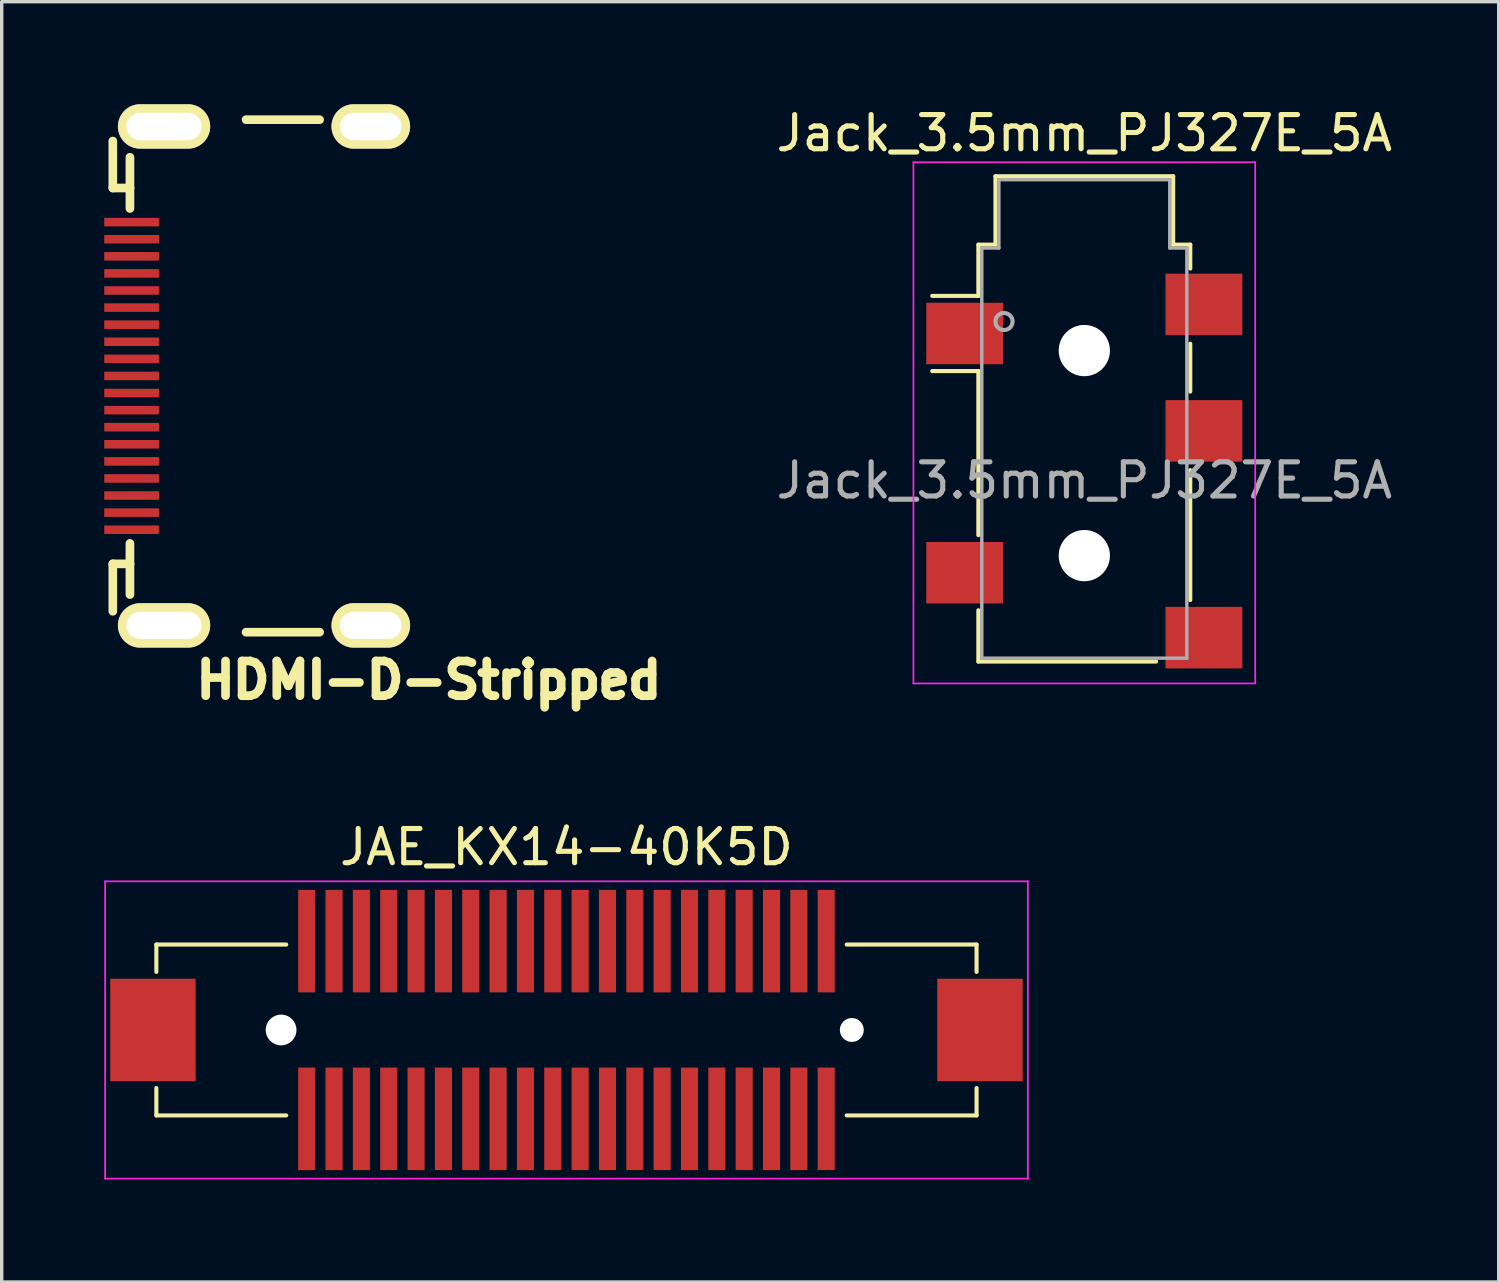
<source format=kicad_pcb>
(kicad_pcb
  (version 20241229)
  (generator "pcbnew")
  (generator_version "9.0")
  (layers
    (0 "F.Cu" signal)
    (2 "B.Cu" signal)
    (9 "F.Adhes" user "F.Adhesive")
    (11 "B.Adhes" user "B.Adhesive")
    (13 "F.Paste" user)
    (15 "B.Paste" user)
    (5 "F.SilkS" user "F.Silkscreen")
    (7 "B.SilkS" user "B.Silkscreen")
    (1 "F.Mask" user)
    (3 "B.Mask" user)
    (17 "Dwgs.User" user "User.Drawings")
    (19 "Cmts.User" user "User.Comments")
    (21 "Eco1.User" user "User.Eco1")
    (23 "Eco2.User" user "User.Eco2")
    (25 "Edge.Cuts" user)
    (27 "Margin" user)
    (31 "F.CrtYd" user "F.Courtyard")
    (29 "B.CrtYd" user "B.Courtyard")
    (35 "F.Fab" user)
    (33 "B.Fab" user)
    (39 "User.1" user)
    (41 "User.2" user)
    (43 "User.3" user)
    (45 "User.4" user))
  (footprint "JAE_KX14-40K5D"
    (layer "F.Cu")
    (at 13.525 27.088)
    (property "Reference" "JAE_KX14-40K5D" (at 0 -5.35 0) (layer "F.SilkS") (effects (font (size 1 1) (thickness 0.15))))
    (attr through_hole)
    (fp_line (start -12 -2.5) (end -12 -1.7) (stroke (width 0.12) (type solid)) (layer "F.SilkS"))
    (fp_line (start -12 1.7) (end -12 2.5) (stroke (width 0.12) (type solid)) (layer "F.SilkS"))
    (fp_line (start -12 2.5) (end -8.2 2.5) (stroke (width 0.12) (type solid)) (layer "F.SilkS"))
    (fp_line (start -8.2 -2.5) (end -12 -2.5) (stroke (width 0.12) (type solid)) (layer "F.SilkS"))
    (fp_line (start 8.2 -2.5) (end 12 -2.5) (stroke (width 0.12) (type solid)) (layer "F.SilkS"))
    (fp_line (start 12 -2.5) (end 12 -1.7) (stroke (width 0.12) (type solid)) (layer "F.SilkS"))
    (fp_line (start 12 1.7) (end 12 2.5) (stroke (width 0.12) (type solid)) (layer "F.SilkS"))
    (fp_line (start 12 2.5) (end 8.2 2.5) (stroke (width 0.12) (type solid)) (layer "F.SilkS"))
    (fp_line (start -13.5 -4.35) (end 13.5 -4.35) (stroke (width 0.05) (type solid)) (layer "F.CrtYd"))
    (fp_line (start -13.5 4.35) (end -13.5 -4.35) (stroke (width 0.05) (type solid)) (layer "F.CrtYd"))
    (fp_line (start 13.5 -4.35) (end 13.5 4.35) (stroke (width 0.05) (type solid)) (layer "F.CrtYd"))
    (fp_line (start 13.5 4.35) (end -13.5 4.35) (stroke (width 0.05) (type solid)) (layer "F.CrtYd"))
    (pad "" np_thru_hole circle (at -8.35 0) (size 0.9 0.9) (drill 0.9) (layers "*.Cu" "*.Mask"))
    (pad "" np_thru_hole circle (at 8.35 0) (size 0.7 0.7) (drill 0.7) (layers "*.Cu" "*.Mask"))
    (pad "1" smd rect (at -7.6 -2.6) (size 0.5 3) (layers "F.Cu" "F.Mask" "F.Paste"))
    (pad "2" smd rect (at -7.6 2.6) (size 0.5 3) (layers "F.Cu" "F.Mask" "F.Paste"))
    (pad "3" smd rect (at -6.8 -2.6) (size 0.5 3) (layers "F.Cu" "F.Mask" "F.Paste"))
    (pad "4" smd rect (at -6.8 2.6) (size 0.5 3) (layers "F.Cu" "F.Mask" "F.Paste"))
    (pad "5" smd rect (at -6 -2.6) (size 0.5 3) (layers "F.Cu" "F.Mask" "F.Paste"))
    (pad "6" smd rect (at -6 2.6) (size 0.5 3) (layers "F.Cu" "F.Mask" "F.Paste"))
    (pad "7" smd rect (at -5.2 -2.6) (size 0.5 3) (layers "F.Cu" "F.Mask" "F.Paste"))
    (pad "8" smd rect (at -5.2 2.6) (size 0.5 3) (layers "F.Cu" "F.Mask" "F.Paste"))
    (pad "9" smd rect (at -4.4 -2.6) (size 0.5 3) (layers "F.Cu" "F.Mask" "F.Paste"))
    (pad "10" smd rect (at -4.4 2.6) (size 0.5 3) (layers "F.Cu" "F.Mask" "F.Paste"))
    (pad "11" smd rect (at -3.6 -2.6) (size 0.5 3) (layers "F.Cu" "F.Mask" "F.Paste"))
    (pad "12" smd rect (at -3.6 2.6) (size 0.5 3) (layers "F.Cu" "F.Mask" "F.Paste"))
    (pad "13" smd rect (at -2.8 -2.6) (size 0.5 3) (layers "F.Cu" "F.Mask" "F.Paste"))
    (pad "14" smd rect (at -2.8 2.6) (size 0.5 3) (layers "F.Cu" "F.Mask" "F.Paste"))
    (pad "15" smd rect (at -2 -2.6) (size 0.5 3) (layers "F.Cu" "F.Mask" "F.Paste"))
    (pad "16" smd rect (at -2 2.6) (size 0.5 3) (layers "F.Cu" "F.Mask" "F.Paste"))
    (pad "17" smd rect (at -1.2 -2.6) (size 0.5 3) (layers "F.Cu" "F.Mask" "F.Paste"))
    (pad "18" smd rect (at -1.2 2.6) (size 0.5 3) (layers "F.Cu" "F.Mask" "F.Paste"))
    (pad "19" smd rect (at -0.4 -2.6) (size 0.5 3) (layers "F.Cu" "F.Mask" "F.Paste"))
    (pad "20" smd rect (at -0.4 2.6) (size 0.5 3) (layers "F.Cu" "F.Mask" "F.Paste"))
    (pad "21" smd rect (at 0.4 -2.6) (size 0.5 3) (layers "F.Cu" "F.Mask" "F.Paste"))
    (pad "22" smd rect (at 0.4 2.6) (size 0.5 3) (layers "F.Cu" "F.Mask" "F.Paste"))
    (pad "23" smd rect (at 1.2 -2.6) (size 0.5 3) (layers "F.Cu" "F.Mask" "F.Paste"))
    (pad "24" smd rect (at 1.2 2.6) (size 0.5 3) (layers "F.Cu" "F.Mask" "F.Paste"))
    (pad "25" smd rect (at 2 -2.6) (size 0.5 3) (layers "F.Cu" "F.Mask" "F.Paste"))
    (pad "26" smd rect (at 2 2.6) (size 0.5 3) (layers "F.Cu" "F.Mask" "F.Paste"))
    (pad "27" smd rect (at 2.8 -2.6) (size 0.5 3) (layers "F.Cu" "F.Mask" "F.Paste"))
    (pad "28" smd rect (at 2.8 2.6) (size 0.5 3) (layers "F.Cu" "F.Mask" "F.Paste"))
    (pad "29" smd rect (at 3.6 -2.6) (size 0.5 3) (layers "F.Cu" "F.Mask" "F.Paste"))
    (pad "30" smd rect (at 3.6 2.6) (size 0.5 3) (layers "F.Cu" "F.Mask" "F.Paste"))
    (pad "31" smd rect (at 4.4 -2.6) (size 0.5 3) (layers "F.Cu" "F.Mask" "F.Paste"))
    (pad "32" smd rect (at 4.4 2.6) (size 0.5 3) (layers "F.Cu" "F.Mask" "F.Paste"))
    (pad "33" smd rect (at 5.2 -2.6) (size 0.5 3) (layers "F.Cu" "F.Mask" "F.Paste"))
    (pad "34" smd rect (at 5.2 2.6) (size 0.5 3) (layers "F.Cu" "F.Mask" "F.Paste"))
    (pad "35" smd rect (at 6 -2.6) (size 0.5 3) (layers "F.Cu" "F.Mask" "F.Paste"))
    (pad "36" smd rect (at 6 2.6) (size 0.5 3) (layers "F.Cu" "F.Mask" "F.Paste"))
    (pad "37" smd rect (at 6.8 -2.6) (size 0.5 3) (layers "F.Cu" "F.Mask" "F.Paste"))
    (pad "38" smd rect (at 6.8 2.6) (size 0.5 3) (layers "F.Cu" "F.Mask" "F.Paste"))
    (pad "39" smd rect (at 7.6 -2.6) (size 0.5 3) (layers "F.Cu" "F.Mask" "F.Paste"))
    (pad "40" smd rect (at 7.6 2.6) (size 0.5 3) (layers "F.Cu" "F.Mask" "F.Paste"))
    (pad "MP" smd rect (at -12.1 0) (size 2.5 3) (layers "F.Cu" "F.Mask" "F.Paste"))
    (pad "MP" smd rect (at 12.1 0) (size 2.5 3) (layers "F.Cu" "F.Mask" "F.Paste")))
  (footprint "HDMI-D-Stripped"
    (layer "F.Cu")
    (at 6.35 7.95)
    (property "Reference" "HDMI-D-Stripped" (at 3.15 8.9 180) (layer "F.SilkS") (effects (font (size 1.016 1.016) (thickness 0.254))))
    (attr smd)
    (fp_line (start -6.099 -6.873) (end -6.099 -5.499) (stroke (width 0.254) (type solid)) (layer "F.SilkS"))
    (fp_line (start -6.099 -5.499) (end -5.598 -5.499) (stroke (width 0.254) (type solid)) (layer "F.SilkS"))
    (fp_line (start -6.099 5.499) (end -6.099 6.886) (stroke (width 0.254) (type solid)) (layer "F.SilkS"))
    (fp_line (start -5.598 -5.499) (end -5.598 -6.398) (stroke (width 0.254) (type solid)) (layer "F.SilkS"))
    (fp_line (start -5.598 -4.9) (end -5.598 -5.499) (stroke (width 0.254) (type solid)) (layer "F.SilkS"))
    (fp_line (start -5.598 5.499) (end -6.099 5.499) (stroke (width 0.254) (type solid)) (layer "F.SilkS"))
    (fp_line (start -5.598 5.499) (end -5.598 4.9) (stroke (width 0.254) (type solid)) (layer "F.SilkS"))
    (fp_line (start -5.598 6.398) (end -5.598 5.499) (stroke (width 0.254) (type solid)) (layer "F.SilkS"))
    (fp_line (start -2.2 -7.498) (end -0.048 -7.498) (stroke (width 0.254) (type solid)) (layer "F.SilkS"))
    (fp_line (start -0.048 7.498) (end -2.2 7.498) (stroke (width 0.254) (type solid)) (layer "F.SilkS"))
    (pad "0" thru_hole oval (at -4.6 -7.3 270) (size 1.3 2.7) (drill oval 0.8 2.2) (layers "*.Cu" "*.Mask" "F.SilkS"))
    (pad "0" thru_hole oval (at -4.6 7.3 270) (size 1.3 2.7) (drill oval 0.8 2.2) (layers "*.Cu" "*.Mask" "F.SilkS"))
    (pad "0" thru_hole oval (at 1.45 -7.3 270) (size 1.3 2.3) (drill oval 0.8 1.8) (layers "*.Cu" "*.Mask" "F.SilkS"))
    (pad "0" thru_hole oval (at 1.45 7.3 270) (size 1.3 2.3) (drill oval 0.8 1.8) (layers "*.Cu" "*.Mask" "F.SilkS"))
    (pad "1" smd rect (at -5.55 -4.5) (size 1.6 0.25) (layers "F.Cu" "F.Mask" "F.Paste"))
    (pad "2" smd rect (at -5.55 -4) (size 1.6 0.25) (layers "F.Cu" "F.Mask" "F.Paste"))
    (pad "3" smd rect (at -5.55 -3.5) (size 1.6 0.25) (layers "F.Cu" "F.Mask" "F.Paste"))
    (pad "4" smd rect (at -5.55 -3) (size 1.6 0.25) (layers "F.Cu" "F.Mask" "F.Paste"))
    (pad "5" smd rect (at -5.55 -2.5) (size 1.6 0.25) (layers "F.Cu" "F.Mask" "F.Paste"))
    (pad "6" smd rect (at -5.55 -2) (size 1.6 0.25) (layers "F.Cu" "F.Mask" "F.Paste"))
    (pad "7" smd rect (at -5.55 -1.5) (size 1.6 0.25) (layers "F.Cu" "F.Mask" "F.Paste"))
    (pad "8" smd rect (at -5.55 -1) (size 1.6 0.25) (layers "F.Cu" "F.Mask" "F.Paste"))
    (pad "9" smd rect (at -5.55 -0.5) (size 1.6 0.25) (layers "F.Cu" "F.Mask" "F.Paste"))
    (pad "10" smd rect (at -5.55 0) (size 1.6 0.25) (layers "F.Cu" "F.Mask" "F.Paste"))
    (pad "11" smd rect (at -5.55 0.5) (size 1.6 0.25) (layers "F.Cu" "F.Mask" "F.Paste"))
    (pad "12" smd rect (at -5.55 1) (size 1.6 0.25) (layers "F.Cu" "F.Mask" "F.Paste"))
    (pad "13" smd rect (at -5.55 1.5) (size 1.6 0.25) (layers "F.Cu" "F.Mask" "F.Paste"))
    (pad "14" smd rect (at -5.55 2) (size 1.6 0.25) (layers "F.Cu" "F.Mask" "F.Paste"))
    (pad "15" smd rect (at -5.55 2.5) (size 1.6 0.25) (layers "F.Cu" "F.Mask" "F.Paste"))
    (pad "16" smd rect (at -5.55 3) (size 1.6 0.25) (layers "F.Cu" "F.Mask" "F.Paste"))
    (pad "17" smd rect (at -5.55 3.5) (size 1.6 0.25) (layers "F.Cu" "F.Mask" "F.Paste"))
    (pad "18" smd rect (at -5.55 4) (size 1.6 0.25) (layers "F.Cu" "F.Mask" "F.Paste"))
    (pad "19" smd rect (at -5.55 4.5) (size 1.6 0.25) (layers "F.Cu" "F.Mask" "F.Paste")))
  (footprint "Jack_3.5mm_PJ327E_5A"
    (layer "F.Cu")
    (at 28.678 11.008)
    (property "Reference" "Jack_3.5mm_PJ327E_5A" (at 0 -10.16 0) (layer "F.SilkS") (effects (font (size 1 1) (thickness 0.15))))
    (attr smd)
    (fp_line (start -3.1 -6.9) (end -2.6 -6.9) (stroke (width 0.12) (type solid)) (layer "F.SilkS"))
    (fp_line (start -3.1 -5.4) (end -4.45 -5.4) (stroke (width 0.12) (type solid)) (layer "F.SilkS"))
    (fp_line (start -3.1 -5.4) (end -3.1 -6.9) (stroke (width 0.12) (type solid)) (layer "F.SilkS"))
    (fp_line (start -3.1 -3.2) (end -4.45 -3.2) (stroke (width 0.12) (type solid)) (layer "F.SilkS"))
    (fp_line (start -3.1 1.6) (end -3.1 -3.2) (stroke (width 0.12) (type solid)) (layer "F.SilkS"))
    (fp_line (start -3.1 5.3) (end -3.1 3.8) (stroke (width 0.12) (type solid)) (layer "F.SilkS"))
    (fp_line (start -2.6 -8.9) (end 2.6 -8.9) (stroke (width 0.12) (type solid)) (layer "F.SilkS"))
    (fp_line (start -2.6 -6.9) (end -2.6 -8.9) (stroke (width 0.12) (type solid)) (layer "F.SilkS"))
    (fp_line (start 2.1 5.3) (end -3.1 5.3) (stroke (width 0.12) (type solid)) (layer "F.SilkS"))
    (fp_line (start 2.6 -8.9) (end 2.6 -6.9) (stroke (width 0.12) (type solid)) (layer "F.SilkS"))
    (fp_line (start 2.6 -6.9) (end 3.1 -6.9) (stroke (width 0.12) (type solid)) (layer "F.SilkS"))
    (fp_line (start 3.1 -6.9) (end 3.1 -6.2) (stroke (width 0.12) (type solid)) (layer "F.SilkS"))
    (fp_line (start 3.1 -4) (end 3.1 -2.6) (stroke (width 0.12) (type solid)) (layer "F.SilkS"))
    (fp_line (start 3.1 -0.3) (end 3.1 3.5) (stroke (width 0.12) (type solid)) (layer "F.SilkS"))
    (fp_line (start -5 -9.31) (end -5 5.94) (stroke (width 0.05) (type solid)) (layer "F.CrtYd"))
    (fp_line (start -5 -9.31) (end 5 -9.31) (stroke (width 0.05) (type solid)) (layer "F.CrtYd"))
    (fp_line (start -5 5.94) (end 5 5.94) (stroke (width 0.05) (type solid)) (layer "F.CrtYd"))
    (fp_line (start 5 5.94) (end 5 -9.31) (stroke (width 0.05) (type solid)) (layer "F.CrtYd"))
    (fp_line (start -3 -6.8) (end -3 5.2) (stroke (width 0.1) (type solid)) (layer "F.Fab"))
    (fp_line (start -3 5.2) (end 3 5.2) (stroke (width 0.1) (type solid)) (layer "F.Fab"))
    (fp_line (start -2.5 -8.8) (end -2.5 -6.8) (stroke (width 0.1) (type solid)) (layer "F.Fab"))
    (fp_line (start -2.5 -6.8) (end -3 -6.8) (stroke (width 0.1) (type solid)) (layer "F.Fab"))
    (fp_line (start 2.5 -8.8) (end -2.5 -8.8) (stroke (width 0.1) (type solid)) (layer "F.Fab"))
    (fp_line (start 2.5 -6.8) (end 2.5 -8.8) (stroke (width 0.1) (type solid)) (layer "F.Fab"))
    (fp_line (start 3 -6.8) (end 2.5 -6.8) (stroke (width 0.1) (type solid)) (layer "F.Fab"))
    (fp_line (start 3 5.2) (end 3 -6.8) (stroke (width 0.1) (type solid)) (layer "F.Fab"))
    (fp_circle (center -2.35 -4.65) (end -2.1 -4.65) (stroke (width 0.12) (type solid)) (fill no) (layer "F.Fab"))
    (fp_text user "${REFERENCE}" (at 0 0 0) (layer "F.Fab") (effects (font (size 1 1) (thickness 0.15))))
    (pad "" np_thru_hole circle (at 0 -3.8) (size 1.5 1.5) (drill 1.5) (layers "*.Cu" "*.Mask"))
    (pad "" np_thru_hole circle (at 0 2.2) (size 1.5 1.5) (drill 1.5) (layers "*.Cu" "*.Mask"))
    (pad "R" smd rect (at 3.5 -1.45) (size 2.25 1.8) (layers "F.Cu" "F.Mask" "F.Paste"))
    (pad "S" smd rect (at 3.5 -5.15) (size 2.25 1.8) (layers "F.Cu" "F.Mask" "F.Paste"))
    (pad "SN" smd rect (at -3.5 -4.3) (size 2.25 1.8) (layers "F.Cu" "F.Mask" "F.Paste"))
    (pad "T" smd rect (at -3.5 2.7) (size 2.25 1.8) (layers "F.Cu" "F.Mask" "F.Paste"))
    (pad "TN" smd rect (at 3.5 4.6) (size 2.25 1.8) (layers "F.Cu" "F.Mask" "F.Paste")))
  (gr_rect
    (start -3 -3)
    (end 40.803 34.463)
    (stroke (width 0.1) (type default))
    (fill no)
    (layer "Edge.Cuts")))
</source>
